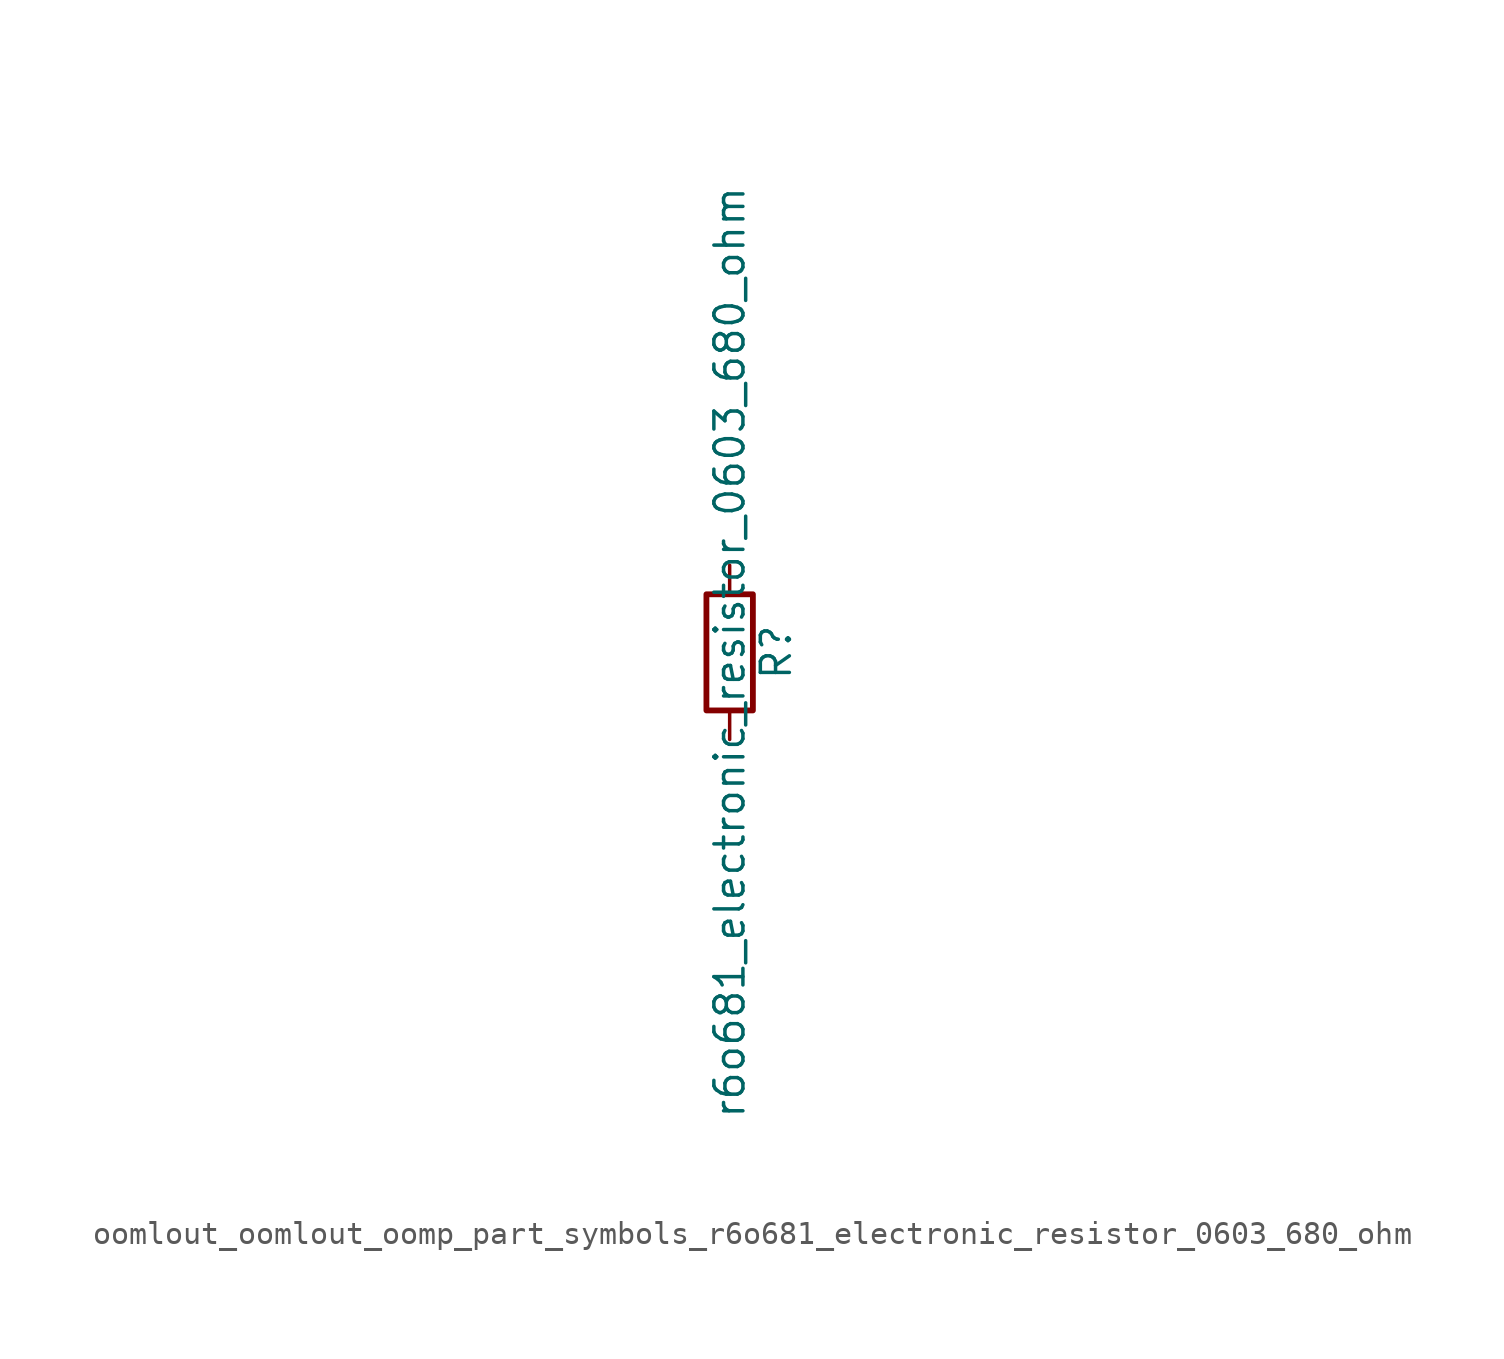
<source format=kicad_sym>
(kicad_symbol_lib
  (version 20220914)
  (generator kicad_symbol_editor)
  (symbol "oomlout_oomlout_oomp_part_symbols_r6o681_electronic_resistor_0603_680_ohm"
    (pin_numbers hide)
    (pin_names
      (offset 0))
    (property "Reference" "R"
      (at 2.032 0 90)
      (effects (font (size 1.27 1.27))))
    (property "Value" "r6o681_electronic_resistor_0603_680_ohm"
      (at 0 0 90)
      (effects (font (size 1.27 1.27))))
    (symbol "oomlout_oomlout_oomp_part_symbols_r6o681_electronic_resistor_0603_680_ohm_0_1"
      (rectangle (start -1.016 -2.54) (end 1.016 2.54) (stroke (width 0.254) (type default)) (fill (type none))))
    (symbol "oomlout_oomlout_oomp_part_symbols_r6o681_electronic_resistor_0603_680_ohm_1_1"
      (pin passive line (at 0 3.81 270) (length 1.27) (name "~" (effects (font (size 1.27 1.27)))) (number "1" (effects (font (size 1.27 1.27)))))
      (pin passive line (at 0 -3.81 90) (length 1.27) (name "~" (effects (font (size 1.27 1.27)))) (number "2" (effects (font (size 1.27 1.27))))))))
</source>
